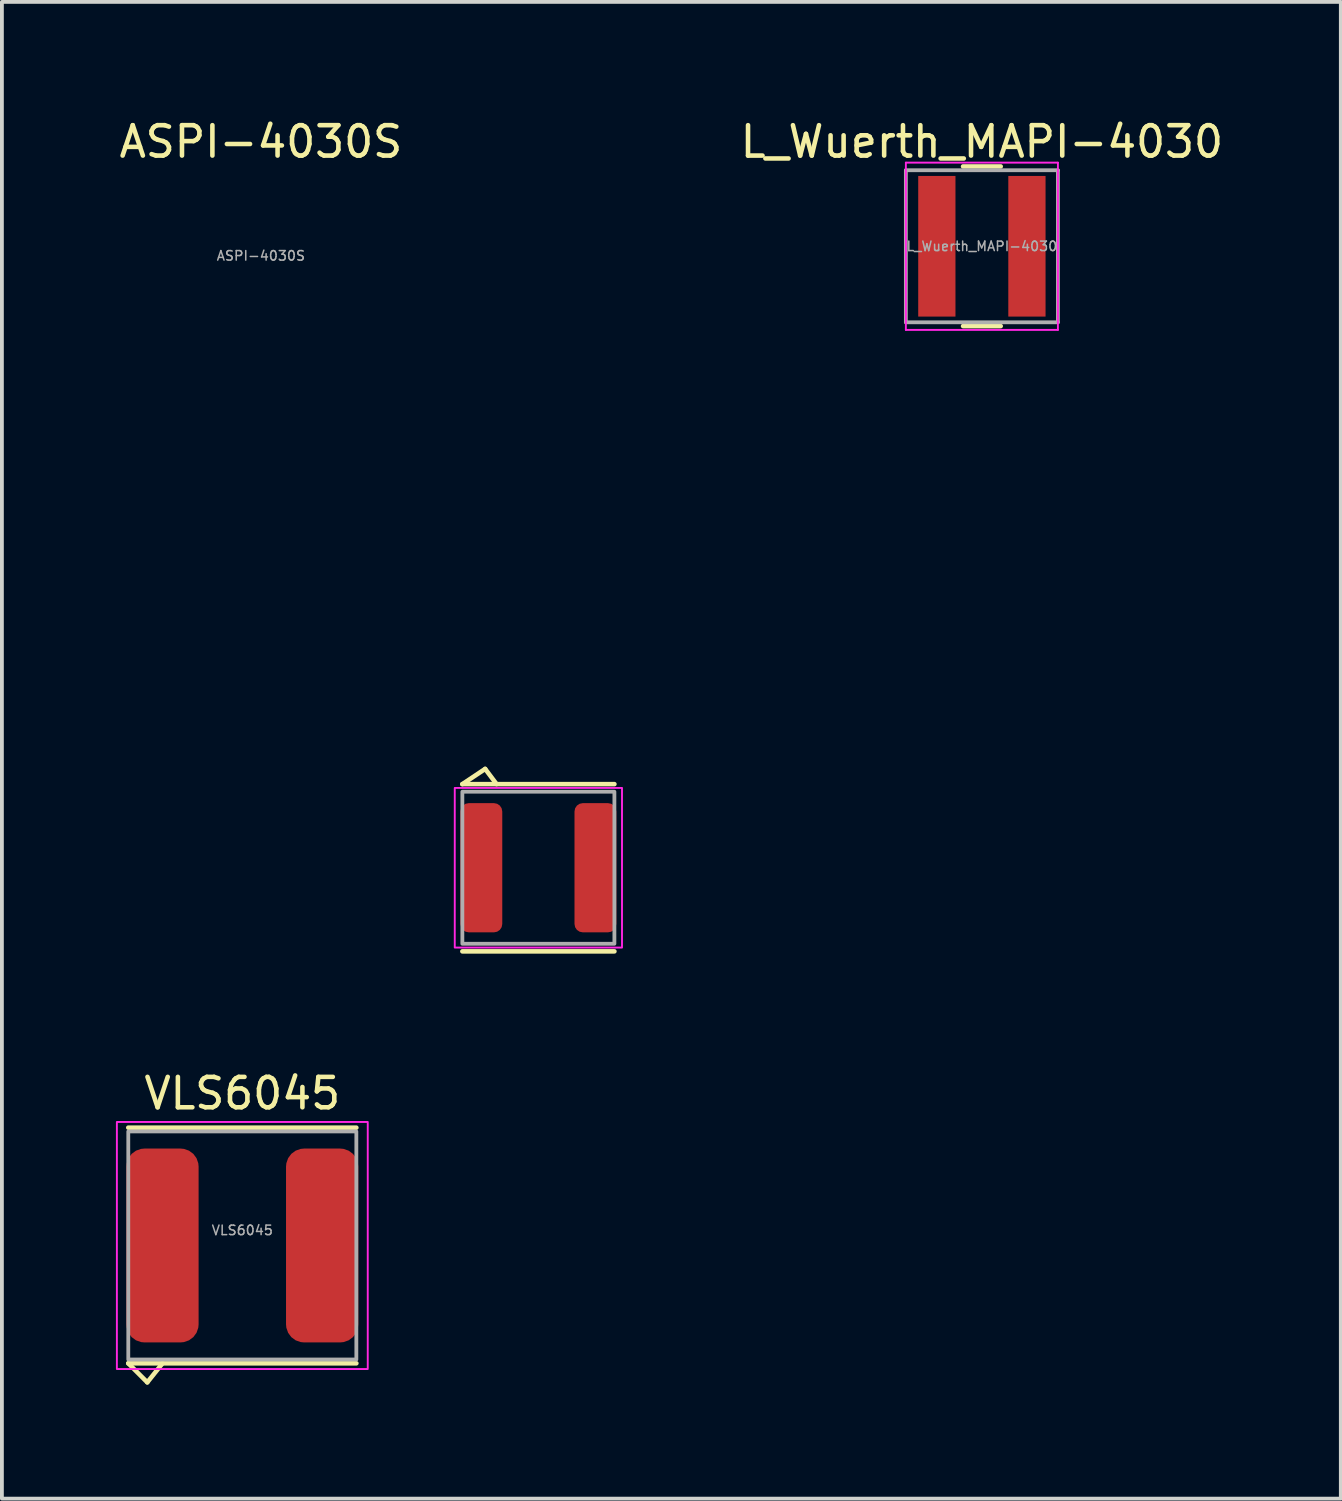
<source format=kicad_pcb>
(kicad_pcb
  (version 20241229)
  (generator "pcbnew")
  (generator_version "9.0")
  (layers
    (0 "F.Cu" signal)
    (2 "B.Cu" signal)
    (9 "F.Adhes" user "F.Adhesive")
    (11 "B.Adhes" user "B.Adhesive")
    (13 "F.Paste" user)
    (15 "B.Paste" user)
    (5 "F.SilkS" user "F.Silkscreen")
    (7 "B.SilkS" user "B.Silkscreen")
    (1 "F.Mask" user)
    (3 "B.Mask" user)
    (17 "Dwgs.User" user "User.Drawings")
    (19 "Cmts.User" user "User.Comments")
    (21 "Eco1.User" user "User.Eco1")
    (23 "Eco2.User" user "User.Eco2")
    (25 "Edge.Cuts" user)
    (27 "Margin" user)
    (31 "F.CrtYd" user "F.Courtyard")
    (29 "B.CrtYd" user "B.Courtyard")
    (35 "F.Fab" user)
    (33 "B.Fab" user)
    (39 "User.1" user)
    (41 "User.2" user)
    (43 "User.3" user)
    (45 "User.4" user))
  (footprint "VLS6045"
    (layer "F.Cu")
    (at 3.325 29.717)
    (property "Reference" "VLS6045" (at 0 -4 0) (unlocked yes) (layer "F.SilkS") (effects (font (size 0.8 0.8) (thickness 0.12))))
    (attr smd)
    (fp_line (start -3 -3.1) (end 3 -3.1) (stroke (width 0.12) (type solid)) (layer "F.SilkS"))
    (fp_line (start -3 3.1) (end -2.5 3.6) (stroke (width 0.12) (type default)) (layer "F.SilkS"))
    (fp_line (start -3 3.1) (end 3 3.1) (stroke (width 0.12) (type solid)) (layer "F.SilkS"))
    (fp_line (start -2.5 3.6) (end -2.1 3.1) (stroke (width 0.12) (type default)) (layer "F.SilkS"))
    (fp_rect (start -3.3 -3.25) (end 3.3 3.25) (stroke (width 0.05) (type solid)) (fill no) (layer "F.CrtYd"))
    (fp_rect (start -3 -3) (end 3 3) (stroke (width 0.1) (type solid)) (fill no) (layer "F.Fab"))
    (fp_text user "${REFERENCE}" (at 0 -0.4 0) (unlocked yes) (layer "F.Fab") (effects (font (size 0.25 0.25) (thickness 0.04))))
    (pad "1" smd roundrect (at -2.1 0) (size 1.9 5.1) (layers "F.Cu" "F.Mask" "F.Paste") (roundrect_rratio 0.25))
    (pad "2" smd roundrect (at 2.1 0) (size 1.9 5.1) (layers "F.Cu" "F.Mask" "F.Paste") (roundrect_rratio 0.25)))
  (footprint "L_Wuerth_MAPI-4030"
    (layer "F.Cu")
    (at 22.782 3.429)
    (property "Reference" "L_Wuerth_MAPI-4030" (at 0 -2.75 0) (layer "F.SilkS") (effects (font (size 0.8 0.8) (thickness 0.12))))
    (attr smd)
    (fp_line (start -0.495 -2.1) (end 0.495 -2.1) (stroke (width 0.12) (type solid)) (layer "F.SilkS"))
    (fp_line (start -0.495 2.1) (end 0.495 2.1) (stroke (width 0.12) (type solid)) (layer "F.SilkS"))
    (fp_line (start -2 -2.2) (end -2 2.2) (stroke (width 0.05) (type solid)) (layer "F.CrtYd"))
    (fp_line (start -2 2.2) (end 2 2.2) (stroke (width 0.05) (type solid)) (layer "F.CrtYd"))
    (fp_line (start 2 -2.2) (end -2 -2.2) (stroke (width 0.05) (type solid)) (layer "F.CrtYd"))
    (fp_line (start 2 2.2) (end 2 -2.2) (stroke (width 0.05) (type solid)) (layer "F.CrtYd"))
    (fp_line (start -2 -2) (end -2 2) (stroke (width 0.1) (type solid)) (layer "F.Fab"))
    (fp_line (start -2 2) (end 2 2) (stroke (width 0.1) (type solid)) (layer "F.Fab"))
    (fp_line (start 2 -2) (end -2 -2) (stroke (width 0.1) (type solid)) (layer "F.Fab"))
    (fp_line (start 2 2) (end 2 -2) (stroke (width 0.1) (type solid)) (layer "F.Fab"))
    (fp_text user "${REFERENCE}" (at 0 0 0) (layer "F.Fab") (effects (font (size 0.25 0.25) (thickness 0.04))))
    (pad "1" smd rect (at -1.185 0) (size 0.98 3.7) (layers "F.Cu" "F.Mask" "F.Paste"))
    (pad "2" smd rect (at 1.185 0) (size 0.98 3.7) (layers "F.Cu" "F.Mask" "F.Paste")))
  (footprint "ASPI-4030S"
    (layer "F.Cu")
    (at 11.114 19.779)
    (property "Reference" "ASPI-4030S" (at -7.3 -19.1 0) (unlocked yes) (layer "F.SilkS") (effects (font (size 0.8 0.8) (thickness 0.12))))
    (attr smd)
    (fp_line (start -2 -2.2) (end -1.4 -2.6) (stroke (width 0.12) (type default)) (layer "F.SilkS"))
    (fp_line (start -2 -2.2) (end 2 -2.2) (stroke (width 0.12) (type default)) (layer "F.SilkS"))
    (fp_line (start -2 2.2) (end 2 2.2) (stroke (width 0.12) (type default)) (layer "F.SilkS"))
    (fp_line (start -1.4 -2.6) (end -1.1 -2.2) (stroke (width 0.12) (type default)) (layer "F.SilkS"))
    (fp_rect (start -2.2 -2.1) (end 2.2 2.1) (stroke (width 0.05) (type default)) (fill no) (layer "F.CrtYd"))
    (fp_rect (start -2 -2) (end 2 2) (stroke (width 0.1) (type default)) (fill no) (layer "F.Fab"))
    (fp_text user "${REFERENCE}" (at -7.3 -16.1 0) (unlocked yes) (layer "F.Fab") (effects (font (size 0.25 0.25) (thickness 0.04))))
    (pad "1" smd roundrect (at -1.5 0) (size 1.1 3.4) (layers "F.Cu" "F.Mask" "F.Paste") (roundrect_rratio 0.2))
    (pad "2" smd roundrect (at 1.5 0) (size 1.1 3.4) (layers "F.Cu" "F.Mask" "F.Paste") (roundrect_rratio 0.2)))
  (gr_rect
    (start -3 -3)
    (end 32.225 36.377)
    (stroke (width 0.1) (type default))
    (fill no)
    (layer "Edge.Cuts")))
</source>
